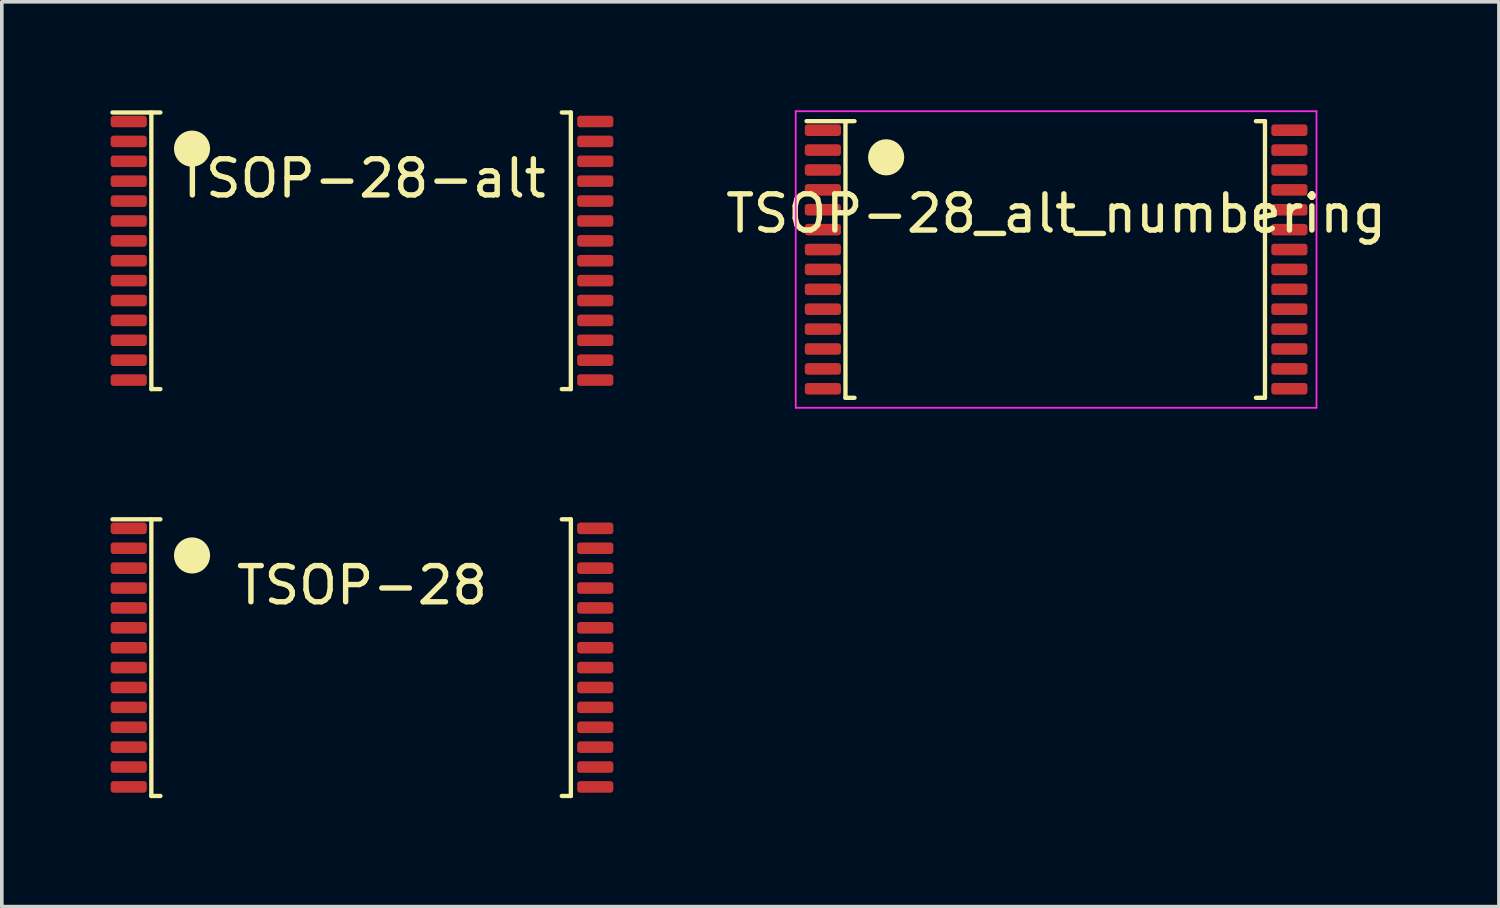
<source format=kicad_pcb>
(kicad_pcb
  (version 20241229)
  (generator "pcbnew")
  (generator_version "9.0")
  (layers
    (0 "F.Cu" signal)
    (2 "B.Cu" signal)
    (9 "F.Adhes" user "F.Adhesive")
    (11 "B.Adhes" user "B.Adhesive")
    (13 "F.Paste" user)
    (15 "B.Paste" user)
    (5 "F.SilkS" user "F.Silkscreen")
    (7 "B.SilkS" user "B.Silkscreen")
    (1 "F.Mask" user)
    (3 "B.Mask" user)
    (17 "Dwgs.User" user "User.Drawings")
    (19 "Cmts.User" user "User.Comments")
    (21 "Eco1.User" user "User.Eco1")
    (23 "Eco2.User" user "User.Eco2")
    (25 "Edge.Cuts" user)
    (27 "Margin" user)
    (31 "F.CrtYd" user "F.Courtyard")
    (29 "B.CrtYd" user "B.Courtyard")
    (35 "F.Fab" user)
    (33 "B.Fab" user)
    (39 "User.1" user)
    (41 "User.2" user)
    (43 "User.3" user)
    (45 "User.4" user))
  (footprint "TSOP-28-alt"
    (layer "F.Cu")
    (at 6.96 3.885)
    (property "Reference" "TSOP-28-alt" (at 0 -2 0) (layer "F.SilkS") (effects (font (size 1 1) (thickness 0.15))))
    (attr smd)
    (fp_line (start -6.9 -3.825) (end -5.575 -3.825) (stroke (width 0.12) (type solid)) (layer "F.SilkS"))
    (fp_line (start -5.825 -3.825) (end -5.825 3.825) (stroke (width 0.12) (type solid)) (layer "F.SilkS"))
    (fp_line (start -5.825 3.825) (end -5.575 3.825) (stroke (width 0.12) (type solid)) (layer "F.SilkS"))
    (fp_line (start 5.775 -3.825) (end 5.525 -3.825) (stroke (width 0.12) (type solid)) (layer "F.SilkS"))
    (fp_line (start 5.775 3.825) (end 5.525 3.825) (stroke (width 0.12) (type solid)) (layer "F.SilkS"))
    (fp_line (start 5.775 3.825) (end 5.775 -3.825) (stroke (width 0.12) (type solid)) (layer "F.SilkS"))
    (fp_circle (center -4.7 -2.825) (end -4.7 -2.575) (stroke (width 0.5) (type solid)) (fill no) (layer "F.SilkS"))
    (pad "1" smd roundrect (at -6.45 0.275 270) (size 0.32 1) (layers "F.Cu" "F.Mask" "F.Paste") (roundrect_rratio 0.25))
    (pad "2" smd roundrect (at -6.45 0.825 270) (size 0.32 1) (layers "F.Cu" "F.Mask" "F.Paste") (roundrect_rratio 0.25))
    (pad "3" smd roundrect (at -6.45 1.375 270) (size 0.32 1) (layers "F.Cu" "F.Mask" "F.Paste") (roundrect_rratio 0.25))
    (pad "4" smd roundrect (at -6.45 1.925 270) (size 0.32 1) (layers "F.Cu" "F.Mask" "F.Paste") (roundrect_rratio 0.25))
    (pad "5" smd roundrect (at -6.45 2.475 270) (size 0.32 1) (layers "F.Cu" "F.Mask" "F.Paste") (roundrect_rratio 0.25))
    (pad "6" smd roundrect (at -6.45 3.025 270) (size 0.32 1) (layers "F.Cu" "F.Mask" "F.Paste") (roundrect_rratio 0.25))
    (pad "7" smd roundrect (at -6.45 3.575 270) (size 0.32 1) (layers "F.Cu" "F.Mask" "F.Paste") (roundrect_rratio 0.25))
    (pad "8" smd roundrect (at 6.45 3.575 270) (size 0.32 1) (layers "F.Cu" "F.Mask" "F.Paste") (roundrect_rratio 0.25))
    (pad "9" smd roundrect (at 6.45 3.025 270) (size 0.32 1) (layers "F.Cu" "F.Mask" "F.Paste") (roundrect_rratio 0.25))
    (pad "10" smd roundrect (at 6.45 2.475 270) (size 0.32 1) (layers "F.Cu" "F.Mask" "F.Paste") (roundrect_rratio 0.25))
    (pad "11" smd roundrect (at 6.45 1.925 270) (size 0.32 1) (layers "F.Cu" "F.Mask" "F.Paste") (roundrect_rratio 0.25))
    (pad "12" smd roundrect (at 6.45 1.375 270) (size 0.32 1) (layers "F.Cu" "F.Mask" "F.Paste") (roundrect_rratio 0.25))
    (pad "13" smd roundrect (at 6.45 0.825 270) (size 0.32 1) (layers "F.Cu" "F.Mask" "F.Paste") (roundrect_rratio 0.25))
    (pad "14" smd roundrect (at 6.45 0.275 270) (size 0.32 1) (layers "F.Cu" "F.Mask" "F.Paste") (roundrect_rratio 0.25))
    (pad "15" smd roundrect (at 6.45 -0.275 270) (size 0.32 1) (layers "F.Cu" "F.Mask" "F.Paste") (roundrect_rratio 0.25))
    (pad "16" smd roundrect (at 6.45 -0.825 270) (size 0.32 1) (layers "F.Cu" "F.Mask" "F.Paste") (roundrect_rratio 0.25))
    (pad "17" smd roundrect (at 6.45 -1.375 270) (size 0.32 1) (layers "F.Cu" "F.Mask" "F.Paste") (roundrect_rratio 0.25))
    (pad "18" smd roundrect (at 6.45 -1.925 270) (size 0.32 1) (layers "F.Cu" "F.Mask" "F.Paste") (roundrect_rratio 0.25))
    (pad "19" smd roundrect (at 6.45 -2.475 270) (size 0.32 1) (layers "F.Cu" "F.Mask" "F.Paste") (roundrect_rratio 0.25))
    (pad "20" smd roundrect (at 6.45 -3.025 270) (size 0.32 1) (layers "F.Cu" "F.Mask" "F.Paste") (roundrect_rratio 0.25))
    (pad "21" smd roundrect (at 6.45 -3.575 270) (size 0.32 1) (layers "F.Cu" "F.Mask" "F.Paste") (roundrect_rratio 0.25))
    (pad "22" smd roundrect (at -6.45 -3.575 270) (size 0.32 1) (layers "F.Cu" "F.Mask" "F.Paste") (roundrect_rratio 0.25))
    (pad "23" smd roundrect (at -6.45 -3.025 270) (size 0.32 1) (layers "F.Cu" "F.Mask" "F.Paste") (roundrect_rratio 0.25))
    (pad "24" smd roundrect (at -6.45 -2.475 270) (size 0.32 1) (layers "F.Cu" "F.Mask" "F.Paste") (roundrect_rratio 0.25))
    (pad "25" smd roundrect (at -6.45 -1.925 270) (size 0.32 1) (layers "F.Cu" "F.Mask" "F.Paste") (roundrect_rratio 0.25))
    (pad "26" smd roundrect (at -6.45 -1.375 270) (size 0.32 1) (layers "F.Cu" "F.Mask" "F.Paste") (roundrect_rratio 0.25))
    (pad "27" smd roundrect (at -6.45 -0.825 270) (size 0.32 1) (layers "F.Cu" "F.Mask" "F.Paste") (roundrect_rratio 0.25))
    (pad "28" smd roundrect (at -6.45 -0.275 270) (size 0.32 1) (layers "F.Cu" "F.Mask" "F.Paste") (roundrect_rratio 0.25)))
  (footprint "TSOP-28"
    (layer "F.Cu")
    (at 6.96 15.135)
    (property "Reference" "TSOP-28" (at 0 -2 0) (layer "F.SilkS") (effects (font (size 1 1) (thickness 0.15))))
    (attr smd)
    (fp_line (start -6.9 -3.825) (end -5.575 -3.825) (stroke (width 0.12) (type solid)) (layer "F.SilkS"))
    (fp_line (start -5.825 -3.825) (end -5.825 3.825) (stroke (width 0.12) (type solid)) (layer "F.SilkS"))
    (fp_line (start -5.825 3.825) (end -5.575 3.825) (stroke (width 0.12) (type solid)) (layer "F.SilkS"))
    (fp_line (start 5.775 -3.825) (end 5.525 -3.825) (stroke (width 0.12) (type solid)) (layer "F.SilkS"))
    (fp_line (start 5.775 3.825) (end 5.525 3.825) (stroke (width 0.12) (type solid)) (layer "F.SilkS"))
    (fp_line (start 5.775 3.825) (end 5.775 -3.825) (stroke (width 0.12) (type solid)) (layer "F.SilkS"))
    (fp_circle (center -4.7 -2.825) (end -4.7 -2.575) (stroke (width 0.5) (type solid)) (fill no) (layer "F.SilkS"))
    (pad "1" smd roundrect (at -6.45 -3.575 270) (size 0.32 1) (layers "F.Cu" "F.Mask" "F.Paste") (roundrect_rratio 0.25))
    (pad "2" smd roundrect (at -6.45 -3.025 270) (size 0.32 1) (layers "F.Cu" "F.Mask" "F.Paste") (roundrect_rratio 0.25))
    (pad "3" smd roundrect (at -6.45 -2.475 270) (size 0.32 1) (layers "F.Cu" "F.Mask" "F.Paste") (roundrect_rratio 0.25))
    (pad "4" smd roundrect (at -6.45 -1.925 270) (size 0.32 1) (layers "F.Cu" "F.Mask" "F.Paste") (roundrect_rratio 0.25))
    (pad "5" smd roundrect (at -6.45 -1.375 270) (size 0.32 1) (layers "F.Cu" "F.Mask" "F.Paste") (roundrect_rratio 0.25))
    (pad "6" smd roundrect (at -6.45 -0.825 270) (size 0.32 1) (layers "F.Cu" "F.Mask" "F.Paste") (roundrect_rratio 0.25))
    (pad "7" smd roundrect (at -6.45 -0.275 270) (size 0.32 1) (layers "F.Cu" "F.Mask" "F.Paste") (roundrect_rratio 0.25))
    (pad "8" smd roundrect (at -6.45 0.275 270) (size 0.32 1) (layers "F.Cu" "F.Mask" "F.Paste") (roundrect_rratio 0.25))
    (pad "9" smd roundrect (at -6.45 0.825 270) (size 0.32 1) (layers "F.Cu" "F.Mask" "F.Paste") (roundrect_rratio 0.25))
    (pad "10" smd roundrect (at -6.45 1.375 270) (size 0.32 1) (layers "F.Cu" "F.Mask" "F.Paste") (roundrect_rratio 0.25))
    (pad "11" smd roundrect (at -6.45 1.925 270) (size 0.32 1) (layers "F.Cu" "F.Mask" "F.Paste") (roundrect_rratio 0.25))
    (pad "12" smd roundrect (at -6.45 2.475 270) (size 0.32 1) (layers "F.Cu" "F.Mask" "F.Paste") (roundrect_rratio 0.25))
    (pad "13" smd roundrect (at -6.45 3.025 270) (size 0.32 1) (layers "F.Cu" "F.Mask" "F.Paste") (roundrect_rratio 0.25))
    (pad "14" smd roundrect (at -6.45 3.575 270) (size 0.32 1) (layers "F.Cu" "F.Mask" "F.Paste") (roundrect_rratio 0.25))
    (pad "15" smd roundrect (at 6.45 3.575 270) (size 0.32 1) (layers "F.Cu" "F.Mask" "F.Paste") (roundrect_rratio 0.25))
    (pad "16" smd roundrect (at 6.45 3.025 270) (size 0.32 1) (layers "F.Cu" "F.Mask" "F.Paste") (roundrect_rratio 0.25))
    (pad "17" smd roundrect (at 6.45 2.475 270) (size 0.32 1) (layers "F.Cu" "F.Mask" "F.Paste") (roundrect_rratio 0.25))
    (pad "18" smd roundrect (at 6.45 1.925 270) (size 0.32 1) (layers "F.Cu" "F.Mask" "F.Paste") (roundrect_rratio 0.25))
    (pad "19" smd roundrect (at 6.45 1.375 270) (size 0.32 1) (layers "F.Cu" "F.Mask" "F.Paste") (roundrect_rratio 0.25))
    (pad "20" smd roundrect (at 6.45 0.825 270) (size 0.32 1) (layers "F.Cu" "F.Mask" "F.Paste") (roundrect_rratio 0.25))
    (pad "21" smd roundrect (at 6.45 0.275 270) (size 0.32 1) (layers "F.Cu" "F.Mask" "F.Paste") (roundrect_rratio 0.25))
    (pad "22" smd roundrect (at 6.45 -0.275 270) (size 0.32 1) (layers "F.Cu" "F.Mask" "F.Paste") (roundrect_rratio 0.25))
    (pad "23" smd roundrect (at 6.45 -0.825 270) (size 0.32 1) (layers "F.Cu" "F.Mask" "F.Paste") (roundrect_rratio 0.25))
    (pad "24" smd roundrect (at 6.45 -1.375 270) (size 0.32 1) (layers "F.Cu" "F.Mask" "F.Paste") (roundrect_rratio 0.25))
    (pad "25" smd roundrect (at 6.45 -1.925 270) (size 0.32 1) (layers "F.Cu" "F.Mask" "F.Paste") (roundrect_rratio 0.25))
    (pad "26" smd roundrect (at 6.45 -2.475 270) (size 0.32 1) (layers "F.Cu" "F.Mask" "F.Paste") (roundrect_rratio 0.25))
    (pad "27" smd roundrect (at 6.45 -3.025 270) (size 0.32 1) (layers "F.Cu" "F.Mask" "F.Paste") (roundrect_rratio 0.25))
    (pad "28" smd roundrect (at 6.45 -3.575 270) (size 0.32 1) (layers "F.Cu" "F.Mask" "F.Paste") (roundrect_rratio 0.25)))
  (footprint "TSOP-28_alt_numbering"
    (layer "F.Cu")
    (at 26.154 4.125)
    (property "Reference" "TSOP-28_alt_numbering" (at 0 -1.27 0) (layer "F.SilkS") (effects (font (size 1 1) (thickness 0.15))))
    (attr smd)
    (fp_line (start -6.9 -3.825) (end -5.575 -3.825) (stroke (width 0.12) (type solid)) (layer "F.SilkS"))
    (fp_line (start -5.825 -3.825) (end -5.825 3.825) (stroke (width 0.12) (type solid)) (layer "F.SilkS"))
    (fp_line (start -5.825 3.825) (end -5.575 3.825) (stroke (width 0.12) (type solid)) (layer "F.SilkS"))
    (fp_line (start 5.775 -3.825) (end 5.525 -3.825) (stroke (width 0.12) (type solid)) (layer "F.SilkS"))
    (fp_line (start 5.775 3.825) (end 5.525 3.825) (stroke (width 0.12) (type solid)) (layer "F.SilkS"))
    (fp_line (start 5.775 3.825) (end 5.775 -3.825) (stroke (width 0.12) (type solid)) (layer "F.SilkS"))
    (fp_circle (center -4.7 -2.825) (end -4.7 -2.575) (stroke (width 0.5) (type solid)) (fill no) (layer "F.SilkS"))
    (fp_line (start -7.2 -4.1) (end -7.2 4.1) (stroke (width 0.05) (type solid)) (layer "F.CrtYd"))
    (fp_line (start -7.2 4.1) (end 7.2 4.1) (stroke (width 0.05) (type solid)) (layer "F.CrtYd"))
    (fp_line (start 7.2 -4.1) (end -7.2 -4.1) (stroke (width 0.05) (type solid)) (layer "F.CrtYd"))
    (fp_line (start 7.2 4.1) (end 7.2 -4.1) (stroke (width 0.05) (type solid)) (layer "F.CrtYd"))
    (pad "1" smd roundrect (at -6.45 -3.575 270) (size 0.32 1) (layers "F.Cu" "F.Mask" "F.Paste") (roundrect_rratio 0.25))
    (pad "2" smd roundrect (at -6.45 -3.025 270) (size 0.32 1) (layers "F.Cu" "F.Mask" "F.Paste") (roundrect_rratio 0.25))
    (pad "3" smd roundrect (at -6.45 -2.475 270) (size 0.32 1) (layers "F.Cu" "F.Mask" "F.Paste") (roundrect_rratio 0.25))
    (pad "4" smd roundrect (at -6.45 -1.925 270) (size 0.32 1) (layers "F.Cu" "F.Mask" "F.Paste") (roundrect_rratio 0.25))
    (pad "5" smd roundrect (at -6.45 -1.375 270) (size 0.32 1) (layers "F.Cu" "F.Mask" "F.Paste") (roundrect_rratio 0.25))
    (pad "6" smd roundrect (at -6.45 -0.825 270) (size 0.32 1) (layers "F.Cu" "F.Mask" "F.Paste") (roundrect_rratio 0.25))
    (pad "7" smd roundrect (at -6.45 -0.275 270) (size 0.32 1) (layers "F.Cu" "F.Mask" "F.Paste") (roundrect_rratio 0.25))
    (pad "8" smd roundrect (at -6.45 0.275 270) (size 0.32 1) (layers "F.Cu" "F.Mask" "F.Paste") (roundrect_rratio 0.25))
    (pad "9" smd roundrect (at -6.45 0.825 270) (size 0.32 1) (layers "F.Cu" "F.Mask" "F.Paste") (roundrect_rratio 0.25))
    (pad "10" smd roundrect (at -6.45 1.375 270) (size 0.32 1) (layers "F.Cu" "F.Mask" "F.Paste") (roundrect_rratio 0.25))
    (pad "11" smd roundrect (at -6.45 1.925 270) (size 0.32 1) (layers "F.Cu" "F.Mask" "F.Paste") (roundrect_rratio 0.25))
    (pad "12" smd roundrect (at -6.45 2.475 270) (size 0.32 1) (layers "F.Cu" "F.Mask" "F.Paste") (roundrect_rratio 0.25))
    (pad "13" smd roundrect (at -6.45 3.025 270) (size 0.32 1) (layers "F.Cu" "F.Mask" "F.Paste") (roundrect_rratio 0.25))
    (pad "14" smd roundrect (at -6.45 3.575 270) (size 0.32 1) (layers "F.Cu" "F.Mask" "F.Paste") (roundrect_rratio 0.25))
    (pad "15" smd roundrect (at 6.45 3.575 270) (size 0.32 1) (layers "F.Cu" "F.Mask" "F.Paste") (roundrect_rratio 0.25))
    (pad "16" smd roundrect (at 6.45 3.025 270) (size 0.32 1) (layers "F.Cu" "F.Mask" "F.Paste") (roundrect_rratio 0.25))
    (pad "17" smd roundrect (at 6.45 2.475 270) (size 0.32 1) (layers "F.Cu" "F.Mask" "F.Paste") (roundrect_rratio 0.25))
    (pad "18" smd roundrect (at 6.45 1.925 270) (size 0.32 1) (layers "F.Cu" "F.Mask" "F.Paste") (roundrect_rratio 0.25))
    (pad "19" smd roundrect (at 6.45 1.375 270) (size 0.32 1) (layers "F.Cu" "F.Mask" "F.Paste") (roundrect_rratio 0.25))
    (pad "20" smd roundrect (at 6.45 0.825 270) (size 0.32 1) (layers "F.Cu" "F.Mask" "F.Paste") (roundrect_rratio 0.25))
    (pad "21" smd roundrect (at 6.45 0.275 270) (size 0.32 1) (layers "F.Cu" "F.Mask" "F.Paste") (roundrect_rratio 0.25))
    (pad "22" smd roundrect (at 6.45 -0.275 270) (size 0.32 1) (layers "F.Cu" "F.Mask" "F.Paste") (roundrect_rratio 0.25))
    (pad "23" smd roundrect (at 6.45 -0.825 270) (size 0.32 1) (layers "F.Cu" "F.Mask" "F.Paste") (roundrect_rratio 0.25))
    (pad "24" smd roundrect (at 6.45 -1.375 270) (size 0.32 1) (layers "F.Cu" "F.Mask" "F.Paste") (roundrect_rratio 0.25))
    (pad "25" smd roundrect (at 6.45 -1.925 270) (size 0.32 1) (layers "F.Cu" "F.Mask" "F.Paste") (roundrect_rratio 0.25))
    (pad "26" smd roundrect (at 6.45 -2.475 270) (size 0.32 1) (layers "F.Cu" "F.Mask" "F.Paste") (roundrect_rratio 0.25))
    (pad "27" smd roundrect (at 6.45 -3.025 270) (size 0.32 1) (layers "F.Cu" "F.Mask" "F.Paste") (roundrect_rratio 0.25))
    (pad "28" smd roundrect (at 6.45 -3.575 270) (size 0.32 1) (layers "F.Cu" "F.Mask" "F.Paste") (roundrect_rratio 0.25)))
  (gr_rect
    (start -3 -3)
    (end 38.398 22.02)
    (stroke (width 0.1) (type default))
    (fill no)
    (layer "Edge.Cuts")))
</source>
